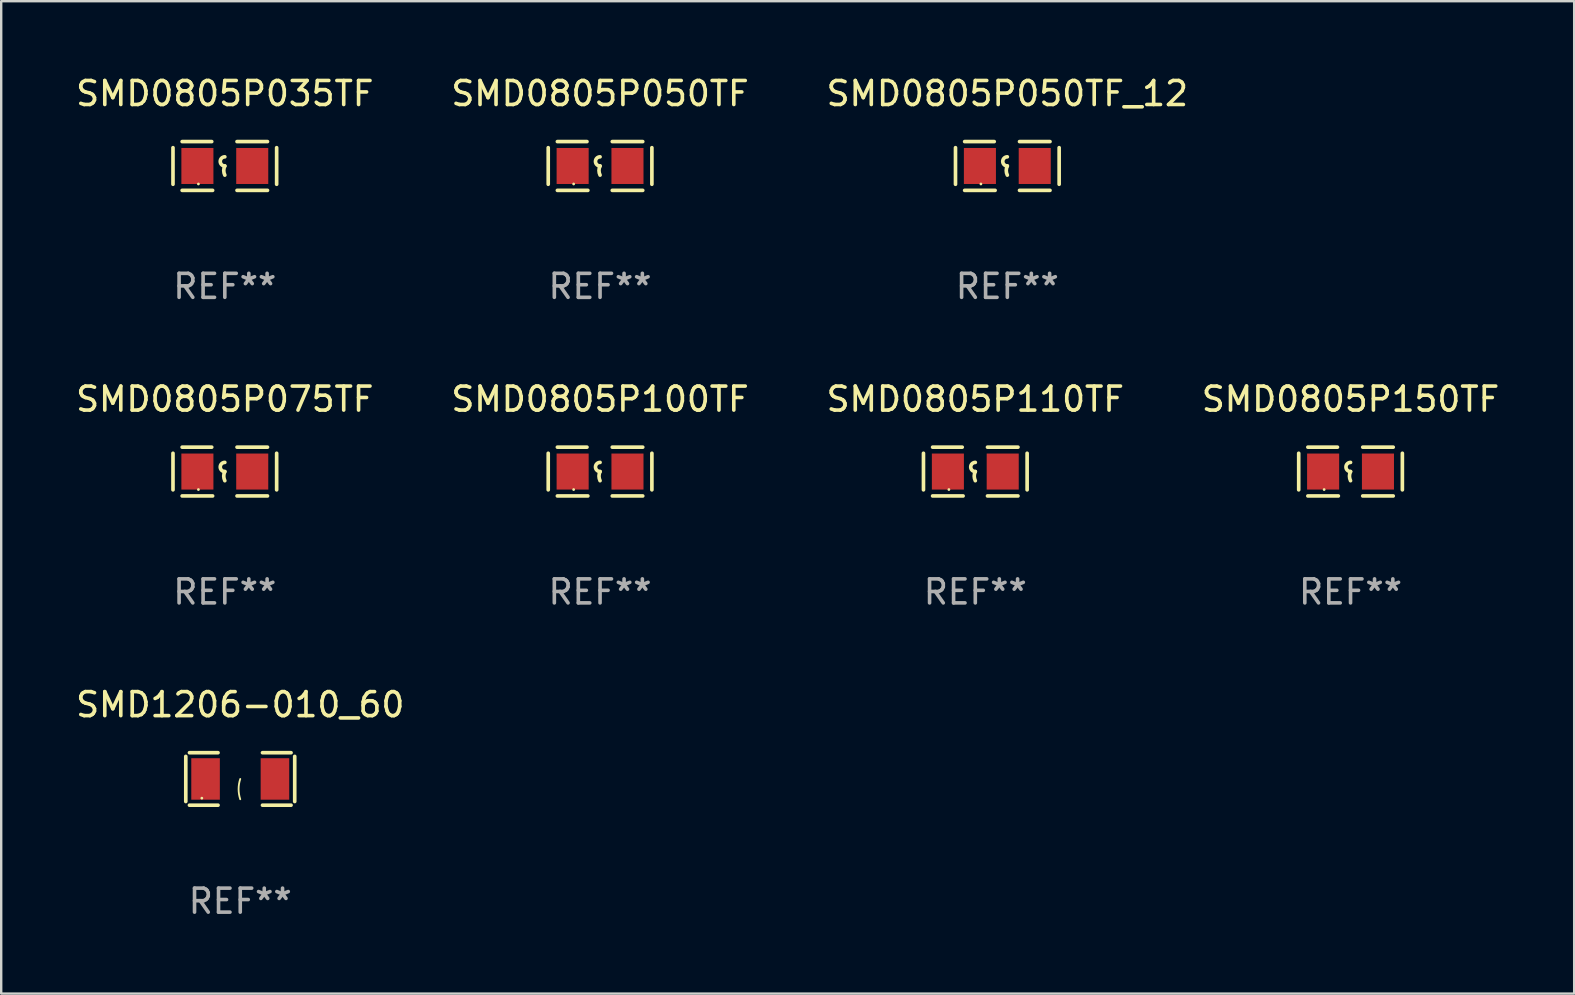
<source format=kicad_pcb>
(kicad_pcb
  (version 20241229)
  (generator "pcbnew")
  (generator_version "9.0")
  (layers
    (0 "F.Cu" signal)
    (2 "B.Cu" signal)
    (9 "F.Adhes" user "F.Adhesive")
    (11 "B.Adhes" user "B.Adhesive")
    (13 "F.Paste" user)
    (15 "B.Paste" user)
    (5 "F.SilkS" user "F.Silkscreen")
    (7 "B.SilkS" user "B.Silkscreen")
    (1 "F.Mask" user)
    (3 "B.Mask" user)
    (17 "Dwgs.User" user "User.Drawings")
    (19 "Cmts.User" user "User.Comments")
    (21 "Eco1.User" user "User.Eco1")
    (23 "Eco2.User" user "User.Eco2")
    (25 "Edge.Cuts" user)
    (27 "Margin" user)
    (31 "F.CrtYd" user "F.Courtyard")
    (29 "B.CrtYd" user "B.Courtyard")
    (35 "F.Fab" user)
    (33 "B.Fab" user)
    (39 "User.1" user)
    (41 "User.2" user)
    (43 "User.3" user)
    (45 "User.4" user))
  (footprint "SMD0805P035TF"
    (layer "F.Cu")
    (at 6.315 3.864)
    (property "Reference" "SMD0805P035TF" (at 0 -3.016 0) (layer "F.SilkS") (effects (font (size 1 1) (thickness 0.15))))
    (attr through_hole)
    (fp_line (start -2.159 -0.762) (end -2.159 0.762) (stroke (width 0.152) (type solid)) (layer "F.SilkS"))
    (fp_line (start -1.778 -1.016) (end -0.545 -1.016) (stroke (width 0.152) (type solid)) (layer "F.SilkS"))
    (fp_line (start -0.508 1.016) (end -1.778 1.016) (stroke (width 0.152) (type solid)) (layer "F.SilkS"))
    (fp_line (start 0.508 1.016) (end 1.778 1.016) (stroke (width 0.152) (type solid)) (layer "F.SilkS"))
    (fp_line (start 1.778 -1.016) (end 0.508 -1.016) (stroke (width 0.152) (type solid)) (layer "F.SilkS"))
    (fp_line (start 2.159 -0.762) (end 2.159 0.762) (stroke (width 0.152) (type solid)) (layer "F.SilkS"))
    (fp_arc (start 0 0) (mid -0.1905 -0.1905) (end 0 -0.381) (stroke (width 0.151994) (type solid)) (layer "F.SilkS"))
    (fp_arc (start 0 0.381001) (mid -0.044971 0.1905) (end 0 0) (stroke (width 0.151994) (type solid)) (layer "F.SilkS"))
    (fp_circle (center -1.1 0.75) (end -1.07 0.75) (stroke (width 0.06) (type solid)) (fill no) (layer "F.SilkS"))
    (fp_text user "REF**" (at 0 5.016 0) (layer "F.Fab") (effects (font (size 1 1) (thickness 0.15))))
    (pad "1" smd rect (at -1.142 0) (size 1.335 1.5) (layers "F.Cu" "F.Mask" "F.Paste"))
    (pad "2" smd rect (at 1.142 0) (size 1.335 1.5) (layers "F.Cu" "F.Mask" "F.Paste")))
  (footprint "SMD1206-010_60"
    (layer "F.Cu")
    (at 6.958 29.398)
    (property "Reference" "SMD1206-010_60" (at 0 -3.093 0) (layer "F.SilkS") (effects (font (size 1 1) (thickness 0.15))))
    (attr through_hole)
    (fp_line (start -2.269 -0.94) (end -2.269 0.94) (stroke (width 0.152) (type solid)) (layer "F.SilkS"))
    (fp_line (start -2.116 1.093) (end -0.926 1.093) (stroke (width 0.152) (type solid)) (layer "F.SilkS"))
    (fp_line (start -0.926 -1.093) (end -2.116 -1.093) (stroke (width 0.152) (type solid)) (layer "F.SilkS"))
    (fp_line (start 0.926 -1.093) (end 2.116 -1.093) (stroke (width 0.152) (type solid)) (layer "F.SilkS"))
    (fp_line (start 2.116 1.093) (end 0.926 1.093) (stroke (width 0.152) (type solid)) (layer "F.SilkS"))
    (fp_line (start 2.269 -0.94) (end 2.269 0.94) (stroke (width 0.152) (type solid)) (layer "F.SilkS"))
    (fp_arc (start 0 0.844951) (mid -0.068559 0.422475) (end 0 0) (stroke (width 0.0762) (type solid)) (layer "F.SilkS"))
    (fp_circle (center -1.6 0.8) (end -1.57 0.8) (stroke (width 0.06) (type solid)) (fill no) (layer "F.SilkS"))
    (fp_text user "REF**" (at 0 5.093 0) (layer "F.Fab") (effects (font (size 1 1) (thickness 0.15))))
    (pad "1" smd rect (at -1.445 0) (size 1.19 1.728) (layers "F.Cu" "F.Mask" "F.Paste"))
    (pad "2" smd rect (at 1.445 0) (size 1.19 1.728) (layers "F.Cu" "F.Mask" "F.Paste")))
  (footprint "SMD0805P150TF"
    (layer "F.Cu")
    (at 53.208 16.593)
    (property "Reference" "SMD0805P150TF" (at 0 -3.016 0) (layer "F.SilkS") (effects (font (size 1 1) (thickness 0.15))))
    (attr through_hole)
    (fp_line (start -2.159 -0.762) (end -2.159 0.762) (stroke (width 0.152) (type solid)) (layer "F.SilkS"))
    (fp_line (start -1.778 -1.016) (end -0.545 -1.016) (stroke (width 0.152) (type solid)) (layer "F.SilkS"))
    (fp_line (start -0.508 1.016) (end -1.778 1.016) (stroke (width 0.152) (type solid)) (layer "F.SilkS"))
    (fp_line (start 0.508 1.016) (end 1.778 1.016) (stroke (width 0.152) (type solid)) (layer "F.SilkS"))
    (fp_line (start 1.778 -1.016) (end 0.508 -1.016) (stroke (width 0.152) (type solid)) (layer "F.SilkS"))
    (fp_line (start 2.159 -0.762) (end 2.159 0.762) (stroke (width 0.152) (type solid)) (layer "F.SilkS"))
    (fp_arc (start 0 0) (mid -0.1905 -0.1905) (end 0 -0.381) (stroke (width 0.151994) (type solid)) (layer "F.SilkS"))
    (fp_arc (start 0 0.381001) (mid -0.044971 0.1905) (end 0 0) (stroke (width 0.151994) (type solid)) (layer "F.SilkS"))
    (fp_circle (center -1.1 0.75) (end -1.07 0.75) (stroke (width 0.06) (type solid)) (fill no) (layer "F.SilkS"))
    (fp_text user "REF**" (at 0 5.016 0) (layer "F.Fab") (effects (font (size 1 1) (thickness 0.15))))
    (pad "1" smd rect (at -1.142 0) (size 1.335 1.5) (layers "F.Cu" "F.Mask" "F.Paste"))
    (pad "2" smd rect (at 1.142 0) (size 1.335 1.5) (layers "F.Cu" "F.Mask" "F.Paste")))
  (footprint "SMD0805P110TF"
    (layer "F.Cu")
    (at 37.577 16.593)
    (property "Reference" "SMD0805P110TF" (at 0 -3.016 0) (layer "F.SilkS") (effects (font (size 1 1) (thickness 0.15))))
    (attr through_hole)
    (fp_line (start -2.159 -0.762) (end -2.159 0.762) (stroke (width 0.152) (type solid)) (layer "F.SilkS"))
    (fp_line (start -1.778 -1.016) (end -0.545 -1.016) (stroke (width 0.152) (type solid)) (layer "F.SilkS"))
    (fp_line (start -0.508 1.016) (end -1.778 1.016) (stroke (width 0.152) (type solid)) (layer "F.SilkS"))
    (fp_line (start 0.508 1.016) (end 1.778 1.016) (stroke (width 0.152) (type solid)) (layer "F.SilkS"))
    (fp_line (start 1.778 -1.016) (end 0.508 -1.016) (stroke (width 0.152) (type solid)) (layer "F.SilkS"))
    (fp_line (start 2.159 -0.762) (end 2.159 0.762) (stroke (width 0.152) (type solid)) (layer "F.SilkS"))
    (fp_arc (start 0 0) (mid -0.1905 -0.1905) (end 0 -0.381) (stroke (width 0.151994) (type solid)) (layer "F.SilkS"))
    (fp_arc (start 0 0.381001) (mid -0.044971 0.1905) (end 0 0) (stroke (width 0.151994) (type solid)) (layer "F.SilkS"))
    (fp_circle (center -1.1 0.75) (end -1.07 0.75) (stroke (width 0.06) (type solid)) (fill no) (layer "F.SilkS"))
    (fp_text user "REF**" (at 0 5.016 0) (layer "F.Fab") (effects (font (size 1 1) (thickness 0.15))))
    (pad "1" smd rect (at -1.142 0) (size 1.335 1.5) (layers "F.Cu" "F.Mask" "F.Paste"))
    (pad "2" smd rect (at 1.142 0) (size 1.335 1.5) (layers "F.Cu" "F.Mask" "F.Paste")))
  (footprint "SMD0805P075TF"
    (layer "F.Cu")
    (at 6.315 16.593)
    (property "Reference" "SMD0805P075TF" (at 0 -3.016 0) (layer "F.SilkS") (effects (font (size 1 1) (thickness 0.15))))
    (attr through_hole)
    (fp_line (start -2.159 -0.762) (end -2.159 0.762) (stroke (width 0.152) (type solid)) (layer "F.SilkS"))
    (fp_line (start -1.778 -1.016) (end -0.545 -1.016) (stroke (width 0.152) (type solid)) (layer "F.SilkS"))
    (fp_line (start -0.508 1.016) (end -1.778 1.016) (stroke (width 0.152) (type solid)) (layer "F.SilkS"))
    (fp_line (start 0.508 1.016) (end 1.778 1.016) (stroke (width 0.152) (type solid)) (layer "F.SilkS"))
    (fp_line (start 1.778 -1.016) (end 0.508 -1.016) (stroke (width 0.152) (type solid)) (layer "F.SilkS"))
    (fp_line (start 2.159 -0.762) (end 2.159 0.762) (stroke (width 0.152) (type solid)) (layer "F.SilkS"))
    (fp_arc (start 0 0) (mid -0.1905 -0.1905) (end 0 -0.381) (stroke (width 0.151994) (type solid)) (layer "F.SilkS"))
    (fp_arc (start 0 0.381001) (mid -0.044971 0.1905) (end 0 0) (stroke (width 0.151994) (type solid)) (layer "F.SilkS"))
    (fp_circle (center -1.1 0.75) (end -1.07 0.75) (stroke (width 0.06) (type solid)) (fill no) (layer "F.SilkS"))
    (fp_text user "REF**" (at 0 5.016 0) (layer "F.Fab") (effects (font (size 1 1) (thickness 0.15))))
    (pad "1" smd rect (at -1.142 0) (size 1.335 1.5) (layers "F.Cu" "F.Mask" "F.Paste"))
    (pad "2" smd rect (at 1.142 0) (size 1.335 1.5) (layers "F.Cu" "F.Mask" "F.Paste")))
  (footprint "SMD0805P050TF"
    (layer "F.Cu")
    (at 21.946 3.864)
    (property "Reference" "SMD0805P050TF" (at 0 -3.016 0) (layer "F.SilkS") (effects (font (size 1 1) (thickness 0.15))))
    (attr through_hole)
    (fp_line (start -2.159 -0.762) (end -2.159 0.762) (stroke (width 0.152) (type solid)) (layer "F.SilkS"))
    (fp_line (start -1.778 -1.016) (end -0.545 -1.016) (stroke (width 0.152) (type solid)) (layer "F.SilkS"))
    (fp_line (start -0.508 1.016) (end -1.778 1.016) (stroke (width 0.152) (type solid)) (layer "F.SilkS"))
    (fp_line (start 0.508 1.016) (end 1.778 1.016) (stroke (width 0.152) (type solid)) (layer "F.SilkS"))
    (fp_line (start 1.778 -1.016) (end 0.508 -1.016) (stroke (width 0.152) (type solid)) (layer "F.SilkS"))
    (fp_line (start 2.159 -0.762) (end 2.159 0.762) (stroke (width 0.152) (type solid)) (layer "F.SilkS"))
    (fp_arc (start 0 0) (mid -0.1905 -0.1905) (end 0 -0.381) (stroke (width 0.151994) (type solid)) (layer "F.SilkS"))
    (fp_arc (start 0 0.381001) (mid -0.044971 0.1905) (end 0 0) (stroke (width 0.151994) (type solid)) (layer "F.SilkS"))
    (fp_circle (center -1.1 0.75) (end -1.07 0.75) (stroke (width 0.06) (type solid)) (fill no) (layer "F.SilkS"))
    (fp_text user "REF**" (at 0 5.016 0) (layer "F.Fab") (effects (font (size 1 1) (thickness 0.15))))
    (pad "1" smd rect (at -1.142 0) (size 1.335 1.5) (layers "F.Cu" "F.Mask" "F.Paste"))
    (pad "2" smd rect (at 1.142 0) (size 1.335 1.5) (layers "F.Cu" "F.Mask" "F.Paste")))
  (footprint "SMD0805P050TF_12"
    (layer "F.Cu")
    (at 38.911 3.864)
    (property "Reference" "SMD0805P050TF_12" (at 0 -3.016 0) (layer "F.SilkS") (effects (font (size 1 1) (thickness 0.15))))
    (attr through_hole)
    (fp_line (start -2.159 -0.762) (end -2.159 0.762) (stroke (width 0.152) (type solid)) (layer "F.SilkS"))
    (fp_line (start -1.778 -1.016) (end -0.545 -1.016) (stroke (width 0.152) (type solid)) (layer "F.SilkS"))
    (fp_line (start -0.508 1.016) (end -1.778 1.016) (stroke (width 0.152) (type solid)) (layer "F.SilkS"))
    (fp_line (start 0.508 1.016) (end 1.778 1.016) (stroke (width 0.152) (type solid)) (layer "F.SilkS"))
    (fp_line (start 1.778 -1.016) (end 0.508 -1.016) (stroke (width 0.152) (type solid)) (layer "F.SilkS"))
    (fp_line (start 2.159 -0.762) (end 2.159 0.762) (stroke (width 0.152) (type solid)) (layer "F.SilkS"))
    (fp_arc (start 0 0) (mid -0.1905 -0.1905) (end 0 -0.381) (stroke (width 0.151994) (type solid)) (layer "F.SilkS"))
    (fp_arc (start 0 0.381001) (mid -0.044971 0.1905) (end 0 0) (stroke (width 0.151994) (type solid)) (layer "F.SilkS"))
    (fp_circle (center -1.1 0.75) (end -1.07 0.75) (stroke (width 0.06) (type solid)) (fill no) (layer "F.SilkS"))
    (fp_text user "REF**" (at 0 5.016 0) (layer "F.Fab") (effects (font (size 1 1) (thickness 0.15))))
    (pad "1" smd rect (at -1.142 0) (size 1.335 1.5) (layers "F.Cu" "F.Mask" "F.Paste"))
    (pad "2" smd rect (at 1.142 0) (size 1.335 1.5) (layers "F.Cu" "F.Mask" "F.Paste")))
  (footprint "SMD0805P100TF"
    (layer "F.Cu")
    (at 21.946 16.593)
    (property "Reference" "SMD0805P100TF" (at 0 -3.016 0) (layer "F.SilkS") (effects (font (size 1 1) (thickness 0.15))))
    (attr through_hole)
    (fp_line (start -2.159 -0.762) (end -2.159 0.762) (stroke (width 0.152) (type solid)) (layer "F.SilkS"))
    (fp_line (start -1.778 -1.016) (end -0.545 -1.016) (stroke (width 0.152) (type solid)) (layer "F.SilkS"))
    (fp_line (start -0.508 1.016) (end -1.778 1.016) (stroke (width 0.152) (type solid)) (layer "F.SilkS"))
    (fp_line (start 0.508 1.016) (end 1.778 1.016) (stroke (width 0.152) (type solid)) (layer "F.SilkS"))
    (fp_line (start 1.778 -1.016) (end 0.508 -1.016) (stroke (width 0.152) (type solid)) (layer "F.SilkS"))
    (fp_line (start 2.159 -0.762) (end 2.159 0.762) (stroke (width 0.152) (type solid)) (layer "F.SilkS"))
    (fp_arc (start 0 0) (mid -0.1905 -0.1905) (end 0 -0.381) (stroke (width 0.151994) (type solid)) (layer "F.SilkS"))
    (fp_arc (start 0 0.381001) (mid -0.044971 0.1905) (end 0 0) (stroke (width 0.151994) (type solid)) (layer "F.SilkS"))
    (fp_circle (center -1.1 0.75) (end -1.07 0.75) (stroke (width 0.06) (type solid)) (fill no) (layer "F.SilkS"))
    (fp_text user "REF**" (at 0 5.016 0) (layer "F.Fab") (effects (font (size 1 1) (thickness 0.15))))
    (pad "1" smd rect (at -1.142 0) (size 1.335 1.5) (layers "F.Cu" "F.Mask" "F.Paste"))
    (pad "2" smd rect (at 1.142 0) (size 1.335 1.5) (layers "F.Cu" "F.Mask" "F.Paste")))
  (gr_rect
    (start -3 -3)
    (end 62.524 38.339)
    (stroke (width 0.1) (type default))
    (fill no)
    (layer "Edge.Cuts")))
</source>
